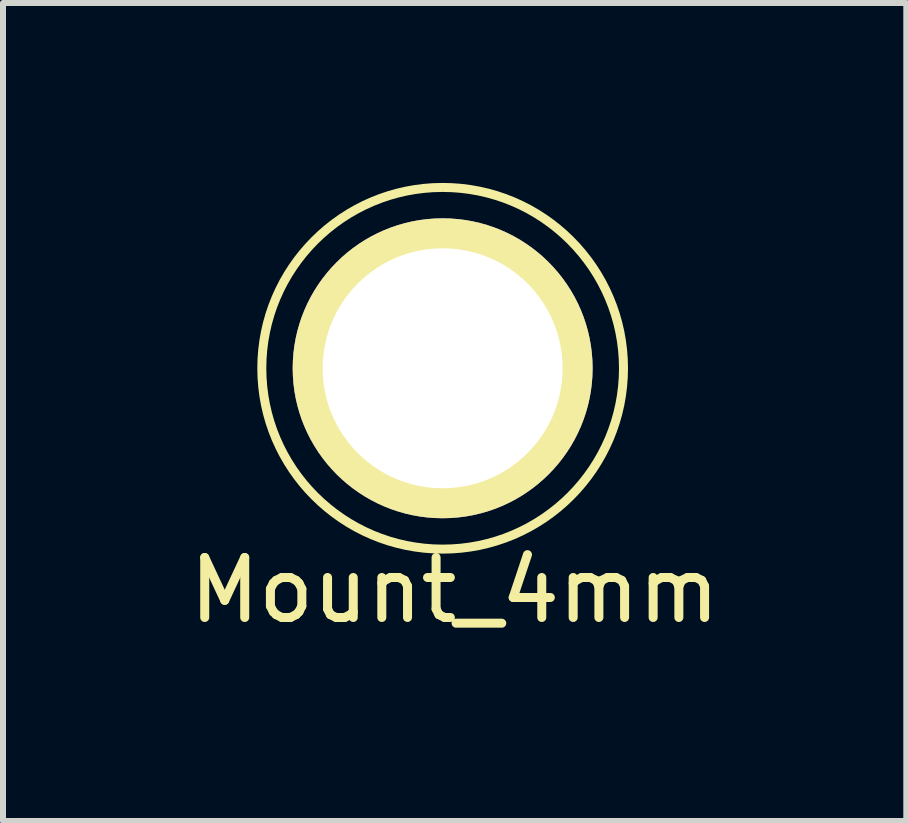
<source format=kicad_pcb>
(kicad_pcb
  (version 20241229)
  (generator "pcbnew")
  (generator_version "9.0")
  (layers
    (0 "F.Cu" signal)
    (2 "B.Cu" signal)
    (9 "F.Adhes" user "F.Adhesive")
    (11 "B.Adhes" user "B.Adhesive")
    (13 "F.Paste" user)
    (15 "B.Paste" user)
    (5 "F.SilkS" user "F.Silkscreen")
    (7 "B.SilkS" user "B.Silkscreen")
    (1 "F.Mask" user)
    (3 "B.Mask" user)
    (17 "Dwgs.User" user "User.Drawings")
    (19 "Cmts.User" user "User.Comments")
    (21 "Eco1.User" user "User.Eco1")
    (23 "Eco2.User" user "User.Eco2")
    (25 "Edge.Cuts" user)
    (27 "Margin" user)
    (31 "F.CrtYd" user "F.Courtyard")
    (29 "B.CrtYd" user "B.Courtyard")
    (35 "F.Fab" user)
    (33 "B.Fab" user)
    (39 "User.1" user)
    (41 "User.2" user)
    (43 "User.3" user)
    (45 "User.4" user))
  (footprint "Mount_4mm"
    (layer "F.Cu")
    (at 4.33 3.09)
    (property "Reference" "Mount_4mm" (at 0.2 3.7 0) (layer "F.SilkS") (effects (font (size 1 1) (thickness 0.15))))
    (attr through_hole)
    (fp_circle (center 0 0) (end -0.3 -3) (stroke (width 0.15) (type solid)) (fill no) (layer "F.SilkS"))
    (pad "1" thru_hole circle (at 0 0) (size 5 5) (drill 4) (layers "*.Cu" "*.Mask" "F.SilkS")))
  (gr_rect
    (start -3 -3)
    (end 12.06 10.638)
    (stroke (width 0.1) (type default))
    (fill no)
    (layer "Edge.Cuts")))
</source>
